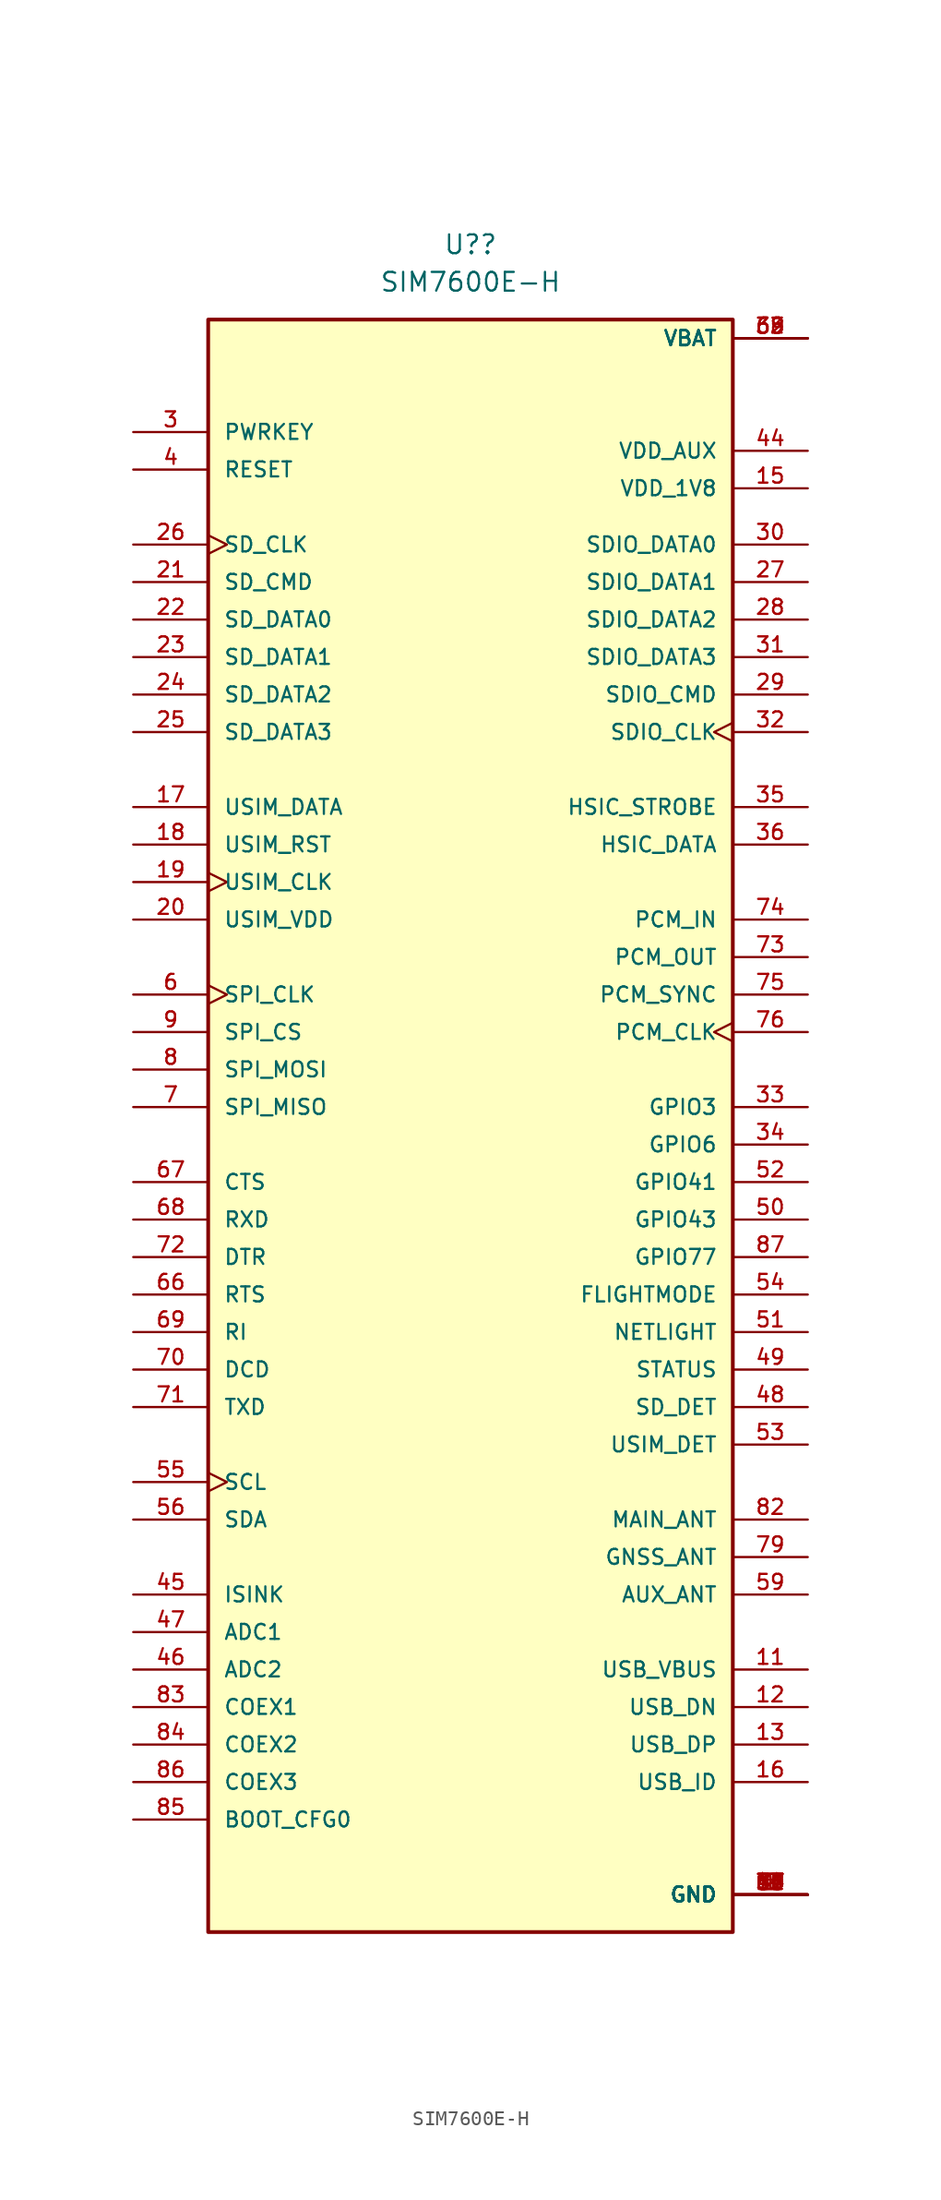
<source format=kicad_sym>
(kicad_symbol_lib
  (version 20211014)
  (generator kicad_symbol_editor)
  (symbol "SIM7600E-H"
    (pin_names
      (offset 1.016))
    (property "Reference" "U?"
      (at 0 60.96 0)
      (effects (font (size 1.27 1.27))))
    (property "Value" "SIM7600E-H"
      (at 0 58.42 0)
      (effects (font (size 1.27 1.27))))
    (symbol "SIM7600E-H_0_0"
      (rectangle (start -17.78 -53.34) (end 17.78 55.88) (stroke (width 0.254) (type default) (color 0 0 0 0)) (fill (type background)))
      (pin power_in line (at 22.86 -50.8 180) (length 5.08) (name "GND" (effects (font (size 1.016 1.016)))) (number "1" (effects (font (size 1.016 1.016)))))
      (pin power_in line (at 22.86 -50.8 180) (length 5.08) (name "GND" (effects (font (size 1.016 1.016)))) (number "10" (effects (font (size 1.016 1.016)))))
      (pin input line (at 22.86 -35.56 180) (length 5.08) (name "USB_VBUS" (effects (font (size 1.016 1.016)))) (number "11" (effects (font (size 1.016 1.016)))))
      (pin bidirectional line (at 22.86 -38.1 180) (length 5.08) (name "USB_DN" (effects (font (size 1.016 1.016)))) (number "12" (effects (font (size 1.016 1.016)))))
      (pin bidirectional line (at 22.86 -40.64 180) (length 5.08) (name "USB_DP" (effects (font (size 1.016 1.016)))) (number "13" (effects (font (size 1.016 1.016)))))
      (pin power_in line (at 22.86 -50.8 180) (length 5.08) (name "GND" (effects (font (size 1.016 1.016)))) (number "14" (effects (font (size 1.016 1.016)))))
      (pin output line (at 22.86 44.45 180) (length 5.08) (name "VDD_1V8" (effects (font (size 1.016 1.016)))) (number "15" (effects (font (size 1.016 1.016)))))
      (pin input line (at 22.86 -43.18 180) (length 5.08) (name "USB_ID" (effects (font (size 1.016 1.016)))) (number "16" (effects (font (size 1.016 1.016)))))
      (pin bidirectional line (at -22.86 22.86 0) (length 5.08) (name "USIM_DATA" (effects (font (size 1.016 1.016)))) (number "17" (effects (font (size 1.016 1.016)))))
      (pin output line (at -22.86 20.32 0) (length 5.08) (name "USIM_RST" (effects (font (size 1.016 1.016)))) (number "18" (effects (font (size 1.016 1.016)))))
      (pin output clock (at -22.86 17.78 0) (length 5.08) (name "USIM_CLK" (effects (font (size 1.016 1.016)))) (number "19" (effects (font (size 1.016 1.016)))))
      (pin power_in line (at 22.86 -50.8 180) (length 5.08) (name "GND" (effects (font (size 1.016 1.016)))) (number "2" (effects (font (size 1.016 1.016)))))
      (pin output line (at -22.86 15.24 0) (length 5.08) (name "USIM_VDD" (effects (font (size 1.016 1.016)))) (number "20" (effects (font (size 1.016 1.016)))))
      (pin output line (at -22.86 38.1 0) (length 5.08) (name "SD_CMD" (effects (font (size 1.016 1.016)))) (number "21" (effects (font (size 1.016 1.016)))))
      (pin bidirectional line (at -22.86 35.56 0) (length 5.08) (name "SD_DATA0" (effects (font (size 1.016 1.016)))) (number "22" (effects (font (size 1.016 1.016)))))
      (pin bidirectional line (at -22.86 33.02 0) (length 5.08) (name "SD_DATA1" (effects (font (size 1.016 1.016)))) (number "23" (effects (font (size 1.016 1.016)))))
      (pin bidirectional line (at -22.86 30.48 0) (length 5.08) (name "SD_DATA2" (effects (font (size 1.016 1.016)))) (number "24" (effects (font (size 1.016 1.016)))))
      (pin bidirectional line (at -22.86 27.94 0) (length 5.08) (name "SD_DATA3" (effects (font (size 1.016 1.016)))) (number "25" (effects (font (size 1.016 1.016)))))
      (pin output clock (at -22.86 40.64 0) (length 5.08) (name "SD_CLK" (effects (font (size 1.016 1.016)))) (number "26" (effects (font (size 1.016 1.016)))))
      (pin bidirectional line (at 22.86 38.1 180) (length 5.08) (name "SDIO_DATA1" (effects (font (size 1.016 1.016)))) (number "27" (effects (font (size 1.016 1.016)))))
      (pin bidirectional line (at 22.86 35.56 180) (length 5.08) (name "SDIO_DATA2" (effects (font (size 1.016 1.016)))) (number "28" (effects (font (size 1.016 1.016)))))
      (pin output line (at 22.86 30.48 180) (length 5.08) (name "SDIO_CMD" (effects (font (size 1.016 1.016)))) (number "29" (effects (font (size 1.016 1.016)))))
      (pin input line (at -22.86 48.26 0) (length 5.08) (name "PWRKEY" (effects (font (size 1.016 1.016)))) (number "3" (effects (font (size 1.016 1.016)))))
      (pin bidirectional line (at 22.86 40.64 180) (length 5.08) (name "SDIO_DATA0" (effects (font (size 1.016 1.016)))) (number "30" (effects (font (size 1.016 1.016)))))
      (pin bidirectional line (at 22.86 33.02 180) (length 5.08) (name "SDIO_DATA3" (effects (font (size 1.016 1.016)))) (number "31" (effects (font (size 1.016 1.016)))))
      (pin output clock (at 22.86 27.94 180) (length 5.08) (name "SDIO_CLK" (effects (font (size 1.016 1.016)))) (number "32" (effects (font (size 1.016 1.016)))))
      (pin bidirectional line (at 22.86 2.54 180) (length 5.08) (name "GPIO3" (effects (font (size 1.016 1.016)))) (number "33" (effects (font (size 1.016 1.016)))))
      (pin bidirectional line (at 22.86 0 180) (length 5.08) (name "GPIO6" (effects (font (size 1.016 1.016)))) (number "34" (effects (font (size 1.016 1.016)))))
      (pin output line (at 22.86 22.86 180) (length 5.08) (name "HSIC_STROBE" (effects (font (size 1.016 1.016)))) (number "35" (effects (font (size 1.016 1.016)))))
      (pin bidirectional line (at 22.86 20.32 180) (length 5.08) (name "HSIC_DATA" (effects (font (size 1.016 1.016)))) (number "36" (effects (font (size 1.016 1.016)))))
      (pin power_in line (at 22.86 -50.8 180) (length 5.08) (name "GND" (effects (font (size 1.016 1.016)))) (number "37" (effects (font (size 1.016 1.016)))))
      (pin power_in line (at 22.86 54.61 180) (length 5.08) (name "VBAT" (effects (font (size 1.016 1.016)))) (number "38" (effects (font (size 1.016 1.016)))))
      (pin power_in line (at 22.86 54.61 180) (length 5.08) (name "VBAT" (effects (font (size 1.016 1.016)))) (number "39" (effects (font (size 1.016 1.016)))))
      (pin input line (at -22.86 45.72 0) (length 5.08) (name "RESET" (effects (font (size 1.016 1.016)))) (number "4" (effects (font (size 1.016 1.016)))))
      (pin power_in line (at 22.86 -50.8 180) (length 5.08) (name "GND" (effects (font (size 1.016 1.016)))) (number "40" (effects (font (size 1.016 1.016)))))
      (pin power_in line (at 22.86 -50.8 180) (length 5.08) (name "GND" (effects (font (size 1.016 1.016)))) (number "41" (effects (font (size 1.016 1.016)))))
      (pin power_in line (at 22.86 -50.8 180) (length 5.08) (name "GND" (effects (font (size 1.016 1.016)))) (number "43" (effects (font (size 1.016 1.016)))))
      (pin output line (at 22.86 46.99 180) (length 5.08) (name "VDD_AUX" (effects (font (size 1.016 1.016)))) (number "44" (effects (font (size 1.016 1.016)))))
      (pin input line (at -22.86 -30.48 0) (length 5.08) (name "ISINK" (effects (font (size 1.016 1.016)))) (number "45" (effects (font (size 1.016 1.016)))))
      (pin input line (at -22.86 -35.56 0) (length 5.08) (name "ADC2" (effects (font (size 1.016 1.016)))) (number "46" (effects (font (size 1.016 1.016)))))
      (pin input line (at -22.86 -33.02 0) (length 5.08) (name "ADC1" (effects (font (size 1.016 1.016)))) (number "47" (effects (font (size 1.016 1.016)))))
      (pin bidirectional line (at 22.86 -17.78 180) (length 5.08) (name "SD_DET" (effects (font (size 1.016 1.016)))) (number "48" (effects (font (size 1.016 1.016)))))
      (pin output line (at 22.86 -15.24 180) (length 5.08) (name "STATUS" (effects (font (size 1.016 1.016)))) (number "49" (effects (font (size 1.016 1.016)))))
      (pin power_in line (at 22.86 -50.8 180) (length 5.08) (name "GND" (effects (font (size 1.016 1.016)))) (number "5" (effects (font (size 1.016 1.016)))))
      (pin bidirectional line (at 22.86 -5.08 180) (length 5.08) (name "GPIO43" (effects (font (size 1.016 1.016)))) (number "50" (effects (font (size 1.016 1.016)))))
      (pin output line (at 22.86 -12.7 180) (length 5.08) (name "NETLIGHT" (effects (font (size 1.016 1.016)))) (number "51" (effects (font (size 1.016 1.016)))))
      (pin bidirectional line (at 22.86 -2.54 180) (length 5.08) (name "GPIO41" (effects (font (size 1.016 1.016)))) (number "52" (effects (font (size 1.016 1.016)))))
      (pin bidirectional line (at 22.86 -20.32 180) (length 5.08) (name "USIM_DET" (effects (font (size 1.016 1.016)))) (number "53" (effects (font (size 1.016 1.016)))))
      (pin input line (at 22.86 -10.16 180) (length 5.08) (name "FLIGHTMODE" (effects (font (size 1.016 1.016)))) (number "54" (effects (font (size 1.016 1.016)))))
      (pin output clock (at -22.86 -22.86 0) (length 5.08) (name "SCL" (effects (font (size 1.016 1.016)))) (number "55" (effects (font (size 1.016 1.016)))))
      (pin bidirectional line (at -22.86 -25.4 0) (length 5.08) (name "SDA" (effects (font (size 1.016 1.016)))) (number "56" (effects (font (size 1.016 1.016)))))
      (pin power_in line (at 22.86 -50.8 180) (length 5.08) (name "GND" (effects (font (size 1.016 1.016)))) (number "57" (effects (font (size 1.016 1.016)))))
      (pin power_in line (at 22.86 -50.8 180) (length 5.08) (name "GND" (effects (font (size 1.016 1.016)))) (number "58" (effects (font (size 1.016 1.016)))))
      (pin input line (at 22.86 -30.48 180) (length 5.08) (name "AUX_ANT" (effects (font (size 1.016 1.016)))) (number "59" (effects (font (size 1.016 1.016)))))
      (pin output clock (at -22.86 10.16 0) (length 5.08) (name "SPI_CLK" (effects (font (size 1.016 1.016)))) (number "6" (effects (font (size 1.016 1.016)))))
      (pin power_in line (at 22.86 -50.8 180) (length 5.08) (name "GND" (effects (font (size 1.016 1.016)))) (number "60" (effects (font (size 1.016 1.016)))))
      (pin power_in line (at 22.86 -50.8 180) (length 5.08) (name "GND" (effects (font (size 1.016 1.016)))) (number "61" (effects (font (size 1.016 1.016)))))
      (pin power_in line (at 22.86 54.61 180) (length 5.08) (name "VBAT" (effects (font (size 1.016 1.016)))) (number "62" (effects (font (size 1.016 1.016)))))
      (pin power_in line (at 22.86 54.61 180) (length 5.08) (name "VBAT" (effects (font (size 1.016 1.016)))) (number "63" (effects (font (size 1.016 1.016)))))
      (pin power_in line (at 22.86 -50.8 180) (length 5.08) (name "GND" (effects (font (size 1.016 1.016)))) (number "64" (effects (font (size 1.016 1.016)))))
      (pin power_in line (at 22.86 -50.8 180) (length 5.08) (name "GND" (effects (font (size 1.016 1.016)))) (number "65" (effects (font (size 1.016 1.016)))))
      (pin output line (at -22.86 -10.16 0) (length 5.08) (name "RTS" (effects (font (size 1.016 1.016)))) (number "66" (effects (font (size 1.016 1.016)))))
      (pin input line (at -22.86 -2.54 0) (length 5.08) (name "CTS" (effects (font (size 1.016 1.016)))) (number "67" (effects (font (size 1.016 1.016)))))
      (pin input line (at -22.86 -5.08 0) (length 5.08) (name "RXD" (effects (font (size 1.016 1.016)))) (number "68" (effects (font (size 1.016 1.016)))))
      (pin output line (at -22.86 -12.7 0) (length 5.08) (name "RI" (effects (font (size 1.016 1.016)))) (number "69" (effects (font (size 1.016 1.016)))))
      (pin input line (at -22.86 2.54 0) (length 5.08) (name "SPI_MISO" (effects (font (size 1.016 1.016)))) (number "7" (effects (font (size 1.016 1.016)))))
      (pin output line (at -22.86 -15.24 0) (length 5.08) (name "DCD" (effects (font (size 1.016 1.016)))) (number "70" (effects (font (size 1.016 1.016)))))
      (pin output line (at -22.86 -17.78 0) (length 5.08) (name "TXD" (effects (font (size 1.016 1.016)))) (number "71" (effects (font (size 1.016 1.016)))))
      (pin input line (at -22.86 -7.62 0) (length 5.08) (name "DTR" (effects (font (size 1.016 1.016)))) (number "72" (effects (font (size 1.016 1.016)))))
      (pin output line (at 22.86 12.7 180) (length 5.08) (name "PCM_OUT" (effects (font (size 1.016 1.016)))) (number "73" (effects (font (size 1.016 1.016)))))
      (pin input line (at 22.86 15.24 180) (length 5.08) (name "PCM_IN" (effects (font (size 1.016 1.016)))) (number "74" (effects (font (size 1.016 1.016)))))
      (pin output line (at 22.86 10.16 180) (length 5.08) (name "PCM_SYNC" (effects (font (size 1.016 1.016)))) (number "75" (effects (font (size 1.016 1.016)))))
      (pin output clock (at 22.86 7.62 180) (length 5.08) (name "PCM_CLK" (effects (font (size 1.016 1.016)))) (number "76" (effects (font (size 1.016 1.016)))))
      (pin power_in line (at 22.86 -50.8 180) (length 5.08) (name "GND" (effects (font (size 1.016 1.016)))) (number "77" (effects (font (size 1.016 1.016)))))
      (pin power_in line (at 22.86 -50.8 180) (length 5.08) (name "GND" (effects (font (size 1.016 1.016)))) (number "78" (effects (font (size 1.016 1.016)))))
      (pin bidirectional line (at 22.86 -27.94 180) (length 5.08) (name "GNSS_ANT" (effects (font (size 1.016 1.016)))) (number "79" (effects (font (size 1.016 1.016)))))
      (pin output line (at -22.86 5.08 0) (length 5.08) (name "SPI_MOSI" (effects (font (size 1.016 1.016)))) (number "8" (effects (font (size 1.016 1.016)))))
      (pin power_in line (at 22.86 -50.8 180) (length 5.08) (name "GND" (effects (font (size 1.016 1.016)))) (number "80" (effects (font (size 1.016 1.016)))))
      (pin power_in line (at 22.86 -50.8 180) (length 5.08) (name "GND" (effects (font (size 1.016 1.016)))) (number "81" (effects (font (size 1.016 1.016)))))
      (pin bidirectional line (at 22.86 -25.4 180) (length 5.08) (name "MAIN_ANT" (effects (font (size 1.016 1.016)))) (number "82" (effects (font (size 1.016 1.016)))))
      (pin bidirectional line (at -22.86 -38.1 0) (length 5.08) (name "COEX1" (effects (font (size 1.016 1.016)))) (number "83" (effects (font (size 1.016 1.016)))))
      (pin bidirectional line (at -22.86 -40.64 0) (length 5.08) (name "COEX2" (effects (font (size 1.016 1.016)))) (number "84" (effects (font (size 1.016 1.016)))))
      (pin input line (at -22.86 -45.72 0) (length 5.08) (name "BOOT_CFG0" (effects (font (size 1.016 1.016)))) (number "85" (effects (font (size 1.016 1.016)))))
      (pin bidirectional line (at -22.86 -43.18 0) (length 5.08) (name "COEX3" (effects (font (size 1.016 1.016)))) (number "86" (effects (font (size 1.016 1.016)))))
      (pin bidirectional line (at 22.86 -7.62 180) (length 5.08) (name "GPIO77" (effects (font (size 1.016 1.016)))) (number "87" (effects (font (size 1.016 1.016)))))
      (pin output line (at -22.86 7.62 0) (length 5.08) (name "SPI_CS" (effects (font (size 1.016 1.016)))) (number "9" (effects (font (size 1.016 1.016))))))))
</source>
